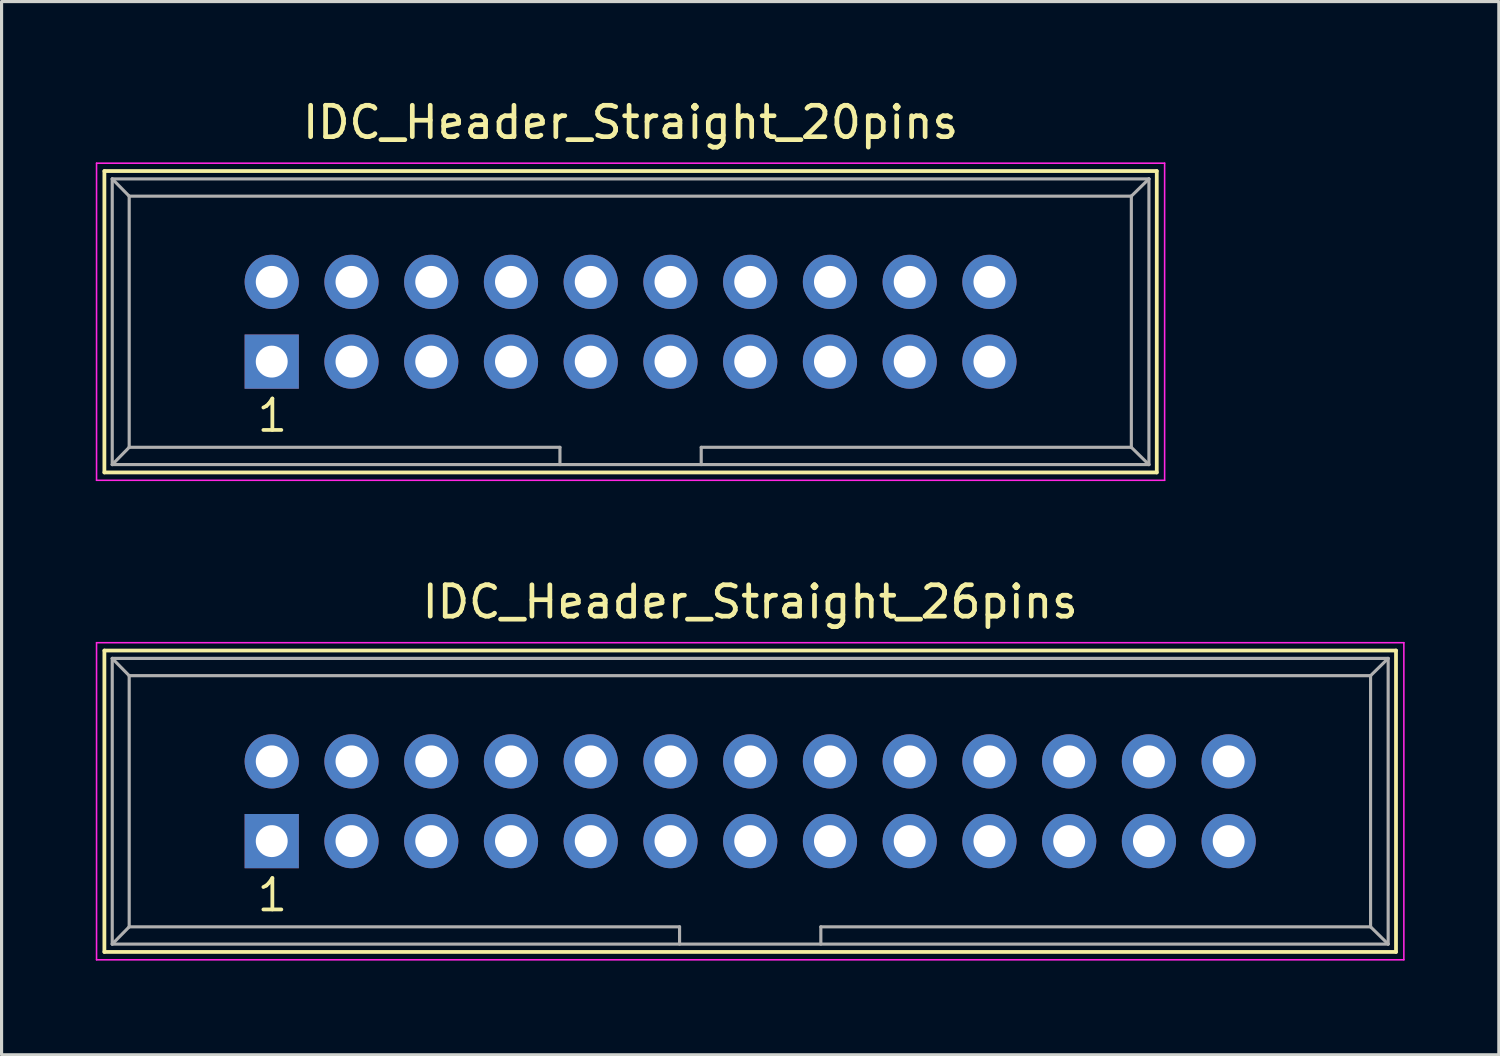
<source format=kicad_pcb>
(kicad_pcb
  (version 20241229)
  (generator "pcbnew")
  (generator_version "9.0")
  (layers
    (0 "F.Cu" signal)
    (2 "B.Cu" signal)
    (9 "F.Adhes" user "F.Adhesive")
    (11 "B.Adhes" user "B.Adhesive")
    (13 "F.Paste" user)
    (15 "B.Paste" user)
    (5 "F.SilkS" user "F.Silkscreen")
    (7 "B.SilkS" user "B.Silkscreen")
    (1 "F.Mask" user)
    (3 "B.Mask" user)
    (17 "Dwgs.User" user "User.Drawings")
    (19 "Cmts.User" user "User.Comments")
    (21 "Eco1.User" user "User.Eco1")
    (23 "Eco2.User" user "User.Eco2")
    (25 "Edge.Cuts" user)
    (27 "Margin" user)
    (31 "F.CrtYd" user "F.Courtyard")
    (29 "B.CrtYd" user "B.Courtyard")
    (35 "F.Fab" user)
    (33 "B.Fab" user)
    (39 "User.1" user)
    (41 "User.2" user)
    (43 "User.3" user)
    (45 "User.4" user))
  (footprint "IDC_Header_Straight_20pins"
    (layer "F.Cu")
    (at 5.605 8.468)
    (property "Reference" "IDC_Header_Straight_20pins" (at 11.43 -7.62 0) (layer "F.SilkS") (effects (font (size 1 1) (thickness 0.15))))
    (attr through_hole)
    (fp_line (start -5.33 -6.07) (end 28.19 -6.07) (stroke (width 0.12) (type solid)) (layer "F.SilkS"))
    (fp_line (start -5.33 3.53) (end -5.33 -6.07) (stroke (width 0.12) (type solid)) (layer "F.SilkS"))
    (fp_line (start 28.19 -6.07) (end 28.19 3.53) (stroke (width 0.12) (type solid)) (layer "F.SilkS"))
    (fp_line (start 28.19 3.53) (end -5.33 3.53) (stroke (width 0.12) (type solid)) (layer "F.SilkS"))
    (fp_line (start -5.58 -6.32) (end 28.44 -6.32) (stroke (width 0.05) (type solid)) (layer "F.CrtYd"))
    (fp_line (start -5.58 3.78) (end -5.58 -6.32) (stroke (width 0.05) (type solid)) (layer "F.CrtYd"))
    (fp_line (start 28.44 -6.32) (end 28.44 3.78) (stroke (width 0.05) (type solid)) (layer "F.CrtYd"))
    (fp_line (start 28.44 3.78) (end -5.58 3.78) (stroke (width 0.05) (type solid)) (layer "F.CrtYd"))
    (fp_line (start -5.08 -5.82) (end -5.08 3.28) (stroke (width 0.1) (type solid)) (layer "F.Fab"))
    (fp_line (start -5.08 -5.82) (end -4.54 -5.27) (stroke (width 0.1) (type solid)) (layer "F.Fab"))
    (fp_line (start -5.08 -5.82) (end 27.94 -5.82) (stroke (width 0.1) (type solid)) (layer "F.Fab"))
    (fp_line (start -5.08 3.28) (end -4.54 2.73) (stroke (width 0.1) (type solid)) (layer "F.Fab"))
    (fp_line (start -5.08 3.28) (end 27.94 3.28) (stroke (width 0.1) (type solid)) (layer "F.Fab"))
    (fp_line (start -4.54 -5.27) (end -4.54 2.73) (stroke (width 0.1) (type solid)) (layer "F.Fab"))
    (fp_line (start -4.54 -5.27) (end 27.38 -5.27) (stroke (width 0.1) (type solid)) (layer "F.Fab"))
    (fp_line (start -4.54 2.73) (end 9.18 2.73) (stroke (width 0.1) (type solid)) (layer "F.Fab"))
    (fp_line (start 9.18 2.73) (end 9.18 3.28) (stroke (width 0.1) (type solid)) (layer "F.Fab"))
    (fp_line (start 13.68 2.73) (end 13.68 3.28) (stroke (width 0.1) (type solid)) (layer "F.Fab"))
    (fp_line (start 13.68 2.73) (end 27.38 2.73) (stroke (width 0.1) (type solid)) (layer "F.Fab"))
    (fp_line (start 27.38 -5.27) (end 27.38 2.73) (stroke (width 0.1) (type solid)) (layer "F.Fab"))
    (fp_line (start 27.94 -5.82) (end 27.38 -5.27) (stroke (width 0.1) (type solid)) (layer "F.Fab"))
    (fp_line (start 27.94 -5.82) (end 27.94 3.28) (stroke (width 0.1) (type solid)) (layer "F.Fab"))
    (fp_line (start 27.94 3.28) (end 27.38 2.73) (stroke (width 0.1) (type solid)) (layer "F.Fab"))
    (fp_text user "1" (at 0.02 1.72 0) (layer "F.SilkS") (effects (font (size 1 1) (thickness 0.12))))
    (pad "1" thru_hole rect (at 0 0) (size 1.727 1.727) (drill 1.016) (layers "*.Cu" "*.Mask"))
    (pad "2" thru_hole oval (at 0 -2.54) (size 1.727 1.727) (drill 1.016) (layers "*.Cu" "*.Mask"))
    (pad "3" thru_hole oval (at 2.54 0) (size 1.727 1.727) (drill 1.016) (layers "*.Cu" "*.Mask"))
    (pad "4" thru_hole oval (at 2.54 -2.54) (size 1.727 1.727) (drill 1.016) (layers "*.Cu" "*.Mask"))
    (pad "5" thru_hole oval (at 5.08 0) (size 1.727 1.727) (drill 1.016) (layers "*.Cu" "*.Mask"))
    (pad "6" thru_hole oval (at 5.08 -2.54) (size 1.727 1.727) (drill 1.016) (layers "*.Cu" "*.Mask"))
    (pad "7" thru_hole oval (at 7.62 0) (size 1.727 1.727) (drill 1.016) (layers "*.Cu" "*.Mask"))
    (pad "8" thru_hole oval (at 7.62 -2.54) (size 1.727 1.727) (drill 1.016) (layers "*.Cu" "*.Mask"))
    (pad "9" thru_hole oval (at 10.16 0) (size 1.727 1.727) (drill 1.016) (layers "*.Cu" "*.Mask"))
    (pad "10" thru_hole oval (at 10.16 -2.54) (size 1.727 1.727) (drill 1.016) (layers "*.Cu" "*.Mask"))
    (pad "11" thru_hole oval (at 12.7 0) (size 1.727 1.727) (drill 1.016) (layers "*.Cu" "*.Mask"))
    (pad "12" thru_hole oval (at 12.7 -2.54) (size 1.727 1.727) (drill 1.016) (layers "*.Cu" "*.Mask"))
    (pad "13" thru_hole oval (at 15.24 0) (size 1.727 1.727) (drill 1.016) (layers "*.Cu" "*.Mask"))
    (pad "14" thru_hole oval (at 15.24 -2.54) (size 1.727 1.727) (drill 1.016) (layers "*.Cu" "*.Mask"))
    (pad "15" thru_hole oval (at 17.78 0) (size 1.727 1.727) (drill 1.016) (layers "*.Cu" "*.Mask"))
    (pad "16" thru_hole oval (at 17.78 -2.54) (size 1.727 1.727) (drill 1.016) (layers "*.Cu" "*.Mask"))
    (pad "17" thru_hole oval (at 20.32 0) (size 1.727 1.727) (drill 1.016) (layers "*.Cu" "*.Mask"))
    (pad "18" thru_hole oval (at 20.32 -2.54) (size 1.727 1.727) (drill 1.016) (layers "*.Cu" "*.Mask"))
    (pad "19" thru_hole oval (at 22.86 0) (size 1.727 1.727) (drill 1.016) (layers "*.Cu" "*.Mask"))
    (pad "20" thru_hole oval (at 22.86 -2.54) (size 1.727 1.727) (drill 1.016) (layers "*.Cu" "*.Mask")))
  (footprint "IDC_Header_Straight_26pins"
    (layer "F.Cu")
    (at 5.605 23.741)
    (property "Reference" "IDC_Header_Straight_26pins" (at 15.24 -7.62 0) (layer "F.SilkS") (effects (font (size 1 1) (thickness 0.15))))
    (attr through_hole)
    (fp_line (start -5.33 -6.07) (end 35.81 -6.07) (stroke (width 0.12) (type solid)) (layer "F.SilkS"))
    (fp_line (start -5.33 3.53) (end -5.33 -6.07) (stroke (width 0.12) (type solid)) (layer "F.SilkS"))
    (fp_line (start 35.81 -6.07) (end 35.81 3.53) (stroke (width 0.12) (type solid)) (layer "F.SilkS"))
    (fp_line (start 35.81 3.53) (end -5.33 3.53) (stroke (width 0.12) (type solid)) (layer "F.SilkS"))
    (fp_line (start -5.58 -6.32) (end 36.06 -6.32) (stroke (width 0.05) (type solid)) (layer "F.CrtYd"))
    (fp_line (start -5.58 3.78) (end -5.58 -6.32) (stroke (width 0.05) (type solid)) (layer "F.CrtYd"))
    (fp_line (start 36.06 -6.32) (end 36.06 3.78) (stroke (width 0.05) (type solid)) (layer "F.CrtYd"))
    (fp_line (start 36.06 3.78) (end -5.58 3.78) (stroke (width 0.05) (type solid)) (layer "F.CrtYd"))
    (fp_line (start -5.08 -5.82) (end -5.08 3.28) (stroke (width 0.1) (type solid)) (layer "F.Fab"))
    (fp_line (start -5.08 -5.82) (end -4.54 -5.27) (stroke (width 0.1) (type solid)) (layer "F.Fab"))
    (fp_line (start -5.08 -5.82) (end 35.56 -5.82) (stroke (width 0.1) (type solid)) (layer "F.Fab"))
    (fp_line (start -5.08 3.28) (end -4.54 2.73) (stroke (width 0.1) (type solid)) (layer "F.Fab"))
    (fp_line (start -5.08 3.28) (end 35.56 3.28) (stroke (width 0.1) (type solid)) (layer "F.Fab"))
    (fp_line (start -4.54 -5.27) (end -4.54 2.73) (stroke (width 0.1) (type solid)) (layer "F.Fab"))
    (fp_line (start -4.54 -5.27) (end 35 -5.27) (stroke (width 0.1) (type solid)) (layer "F.Fab"))
    (fp_line (start -4.54 2.73) (end 12.99 2.73) (stroke (width 0.1) (type solid)) (layer "F.Fab"))
    (fp_line (start 12.99 2.73) (end 12.99 3.28) (stroke (width 0.1) (type solid)) (layer "F.Fab"))
    (fp_line (start 17.49 2.73) (end 17.49 3.28) (stroke (width 0.1) (type solid)) (layer "F.Fab"))
    (fp_line (start 17.49 2.73) (end 35 2.73) (stroke (width 0.1) (type solid)) (layer "F.Fab"))
    (fp_line (start 35 -5.27) (end 35 2.73) (stroke (width 0.1) (type solid)) (layer "F.Fab"))
    (fp_line (start 35.56 -5.82) (end 35 -5.27) (stroke (width 0.1) (type solid)) (layer "F.Fab"))
    (fp_line (start 35.56 -5.82) (end 35.56 3.28) (stroke (width 0.1) (type solid)) (layer "F.Fab"))
    (fp_line (start 35.56 3.28) (end 35 2.73) (stroke (width 0.1) (type solid)) (layer "F.Fab"))
    (fp_text user "1" (at 0.02 1.72 0) (layer "F.SilkS") (effects (font (size 1 1) (thickness 0.12))))
    (pad "1" thru_hole rect (at 0 0) (size 1.727 1.727) (drill 1.016) (layers "*.Cu" "*.Mask"))
    (pad "2" thru_hole oval (at 0 -2.54) (size 1.727 1.727) (drill 1.016) (layers "*.Cu" "*.Mask"))
    (pad "3" thru_hole oval (at 2.54 0) (size 1.727 1.727) (drill 1.016) (layers "*.Cu" "*.Mask"))
    (pad "4" thru_hole oval (at 2.54 -2.54) (size 1.727 1.727) (drill 1.016) (layers "*.Cu" "*.Mask"))
    (pad "5" thru_hole oval (at 5.08 0) (size 1.727 1.727) (drill 1.016) (layers "*.Cu" "*.Mask"))
    (pad "6" thru_hole oval (at 5.08 -2.54) (size 1.727 1.727) (drill 1.016) (layers "*.Cu" "*.Mask"))
    (pad "7" thru_hole oval (at 7.62 0) (size 1.727 1.727) (drill 1.016) (layers "*.Cu" "*.Mask"))
    (pad "8" thru_hole oval (at 7.62 -2.54) (size 1.727 1.727) (drill 1.016) (layers "*.Cu" "*.Mask"))
    (pad "9" thru_hole oval (at 10.16 0) (size 1.727 1.727) (drill 1.016) (layers "*.Cu" "*.Mask"))
    (pad "10" thru_hole oval (at 10.16 -2.54) (size 1.727 1.727) (drill 1.016) (layers "*.Cu" "*.Mask"))
    (pad "11" thru_hole oval (at 12.7 0) (size 1.727 1.727) (drill 1.016) (layers "*.Cu" "*.Mask"))
    (pad "12" thru_hole oval (at 12.7 -2.54) (size 1.727 1.727) (drill 1.016) (layers "*.Cu" "*.Mask"))
    (pad "13" thru_hole oval (at 15.24 0) (size 1.727 1.727) (drill 1.016) (layers "*.Cu" "*.Mask"))
    (pad "14" thru_hole oval (at 15.24 -2.54) (size 1.727 1.727) (drill 1.016) (layers "*.Cu" "*.Mask"))
    (pad "15" thru_hole oval (at 17.78 0) (size 1.727 1.727) (drill 1.016) (layers "*.Cu" "*.Mask"))
    (pad "16" thru_hole oval (at 17.78 -2.54) (size 1.727 1.727) (drill 1.016) (layers "*.Cu" "*.Mask"))
    (pad "17" thru_hole oval (at 20.32 0) (size 1.727 1.727) (drill 1.016) (layers "*.Cu" "*.Mask"))
    (pad "18" thru_hole oval (at 20.32 -2.54) (size 1.727 1.727) (drill 1.016) (layers "*.Cu" "*.Mask"))
    (pad "19" thru_hole oval (at 22.86 0) (size 1.727 1.727) (drill 1.016) (layers "*.Cu" "*.Mask"))
    (pad "20" thru_hole oval (at 22.86 -2.54) (size 1.727 1.727) (drill 1.016) (layers "*.Cu" "*.Mask"))
    (pad "21" thru_hole oval (at 25.4 0) (size 1.727 1.727) (drill 1.016) (layers "*.Cu" "*.Mask"))
    (pad "22" thru_hole oval (at 25.4 -2.54) (size 1.727 1.727) (drill 1.016) (layers "*.Cu" "*.Mask"))
    (pad "23" thru_hole oval (at 27.94 0) (size 1.727 1.727) (drill 1.016) (layers "*.Cu" "*.Mask"))
    (pad "24" thru_hole oval (at 27.94 -2.54) (size 1.727 1.727) (drill 1.016) (layers "*.Cu" "*.Mask"))
    (pad "25" thru_hole oval (at 30.48 0) (size 1.727 1.727) (drill 1.016) (layers "*.Cu" "*.Mask"))
    (pad "26" thru_hole oval (at 30.48 -2.54) (size 1.727 1.727) (drill 1.016) (layers "*.Cu" "*.Mask")))
  (gr_rect
    (start -3 -3)
    (end 44.69 30.547)
    (stroke (width 0.1) (type default))
    (fill no)
    (layer "Edge.Cuts")))
</source>
